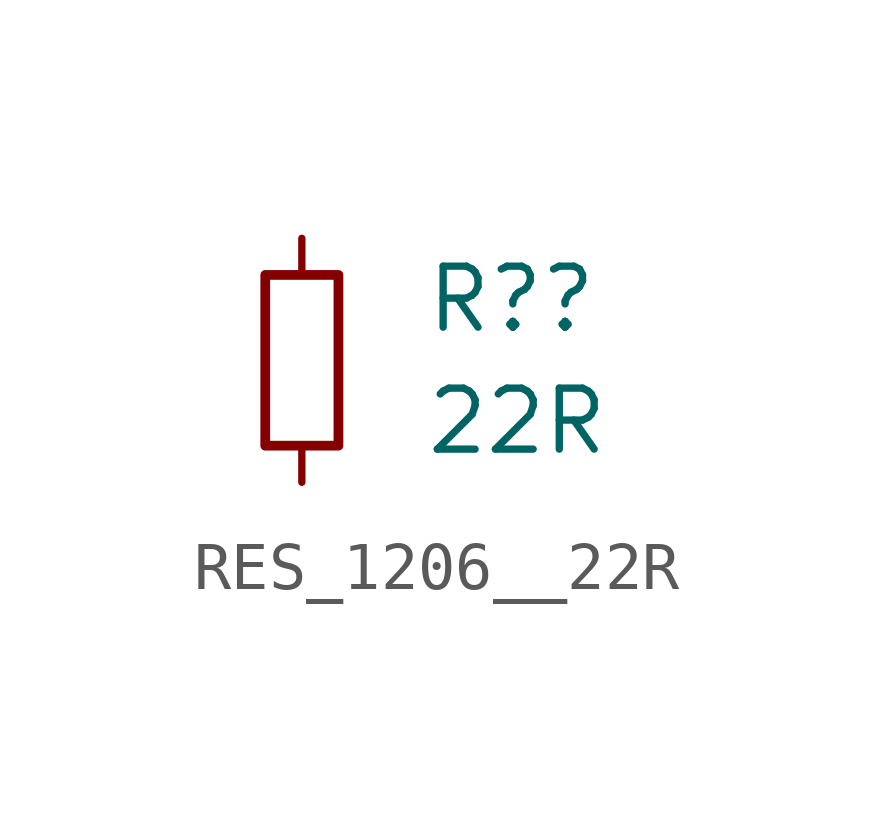
<source format=kicad_sym>
(kicad_symbol_lib
  (version 20231120)
  (generator "kicad_symbol_editor")
  (generator_version "8.0")
  (symbol "RES_1206__22R"
    (pin_numbers hide)
    (pin_names
      (offset 0.254) hide)
    (property "Reference" "R?"
      (at 2.54 1.27 0)
      (effects (font (size 1.27 1.27)) (justify left)))
    (property "Value" "22R"
      (at 2.54 -1.27 0)
      (effects (font (size 1.27 1.27)) (justify left)))
    (symbol "RES_1206__22R_0_1"
      (rectangle (start -0.762 1.778) (end 0.762 -1.778) (stroke (width 0.203) (type default)) (fill (type none))))
    (symbol "RES_1206__22R_1_1"
      (pin passive line (at 0 2.54 270) (length 0.762) (name "~" (effects (font (size 1.27 1.27)))) (number "1" (effects (font (size 1.27 1.27)))))
      (pin passive line (at 0 -2.54 90) (length 0.762) (name "~" (effects (font (size 1.27 1.27)))) (number "2" (effects (font (size 1.27 1.27))))))))
</source>
